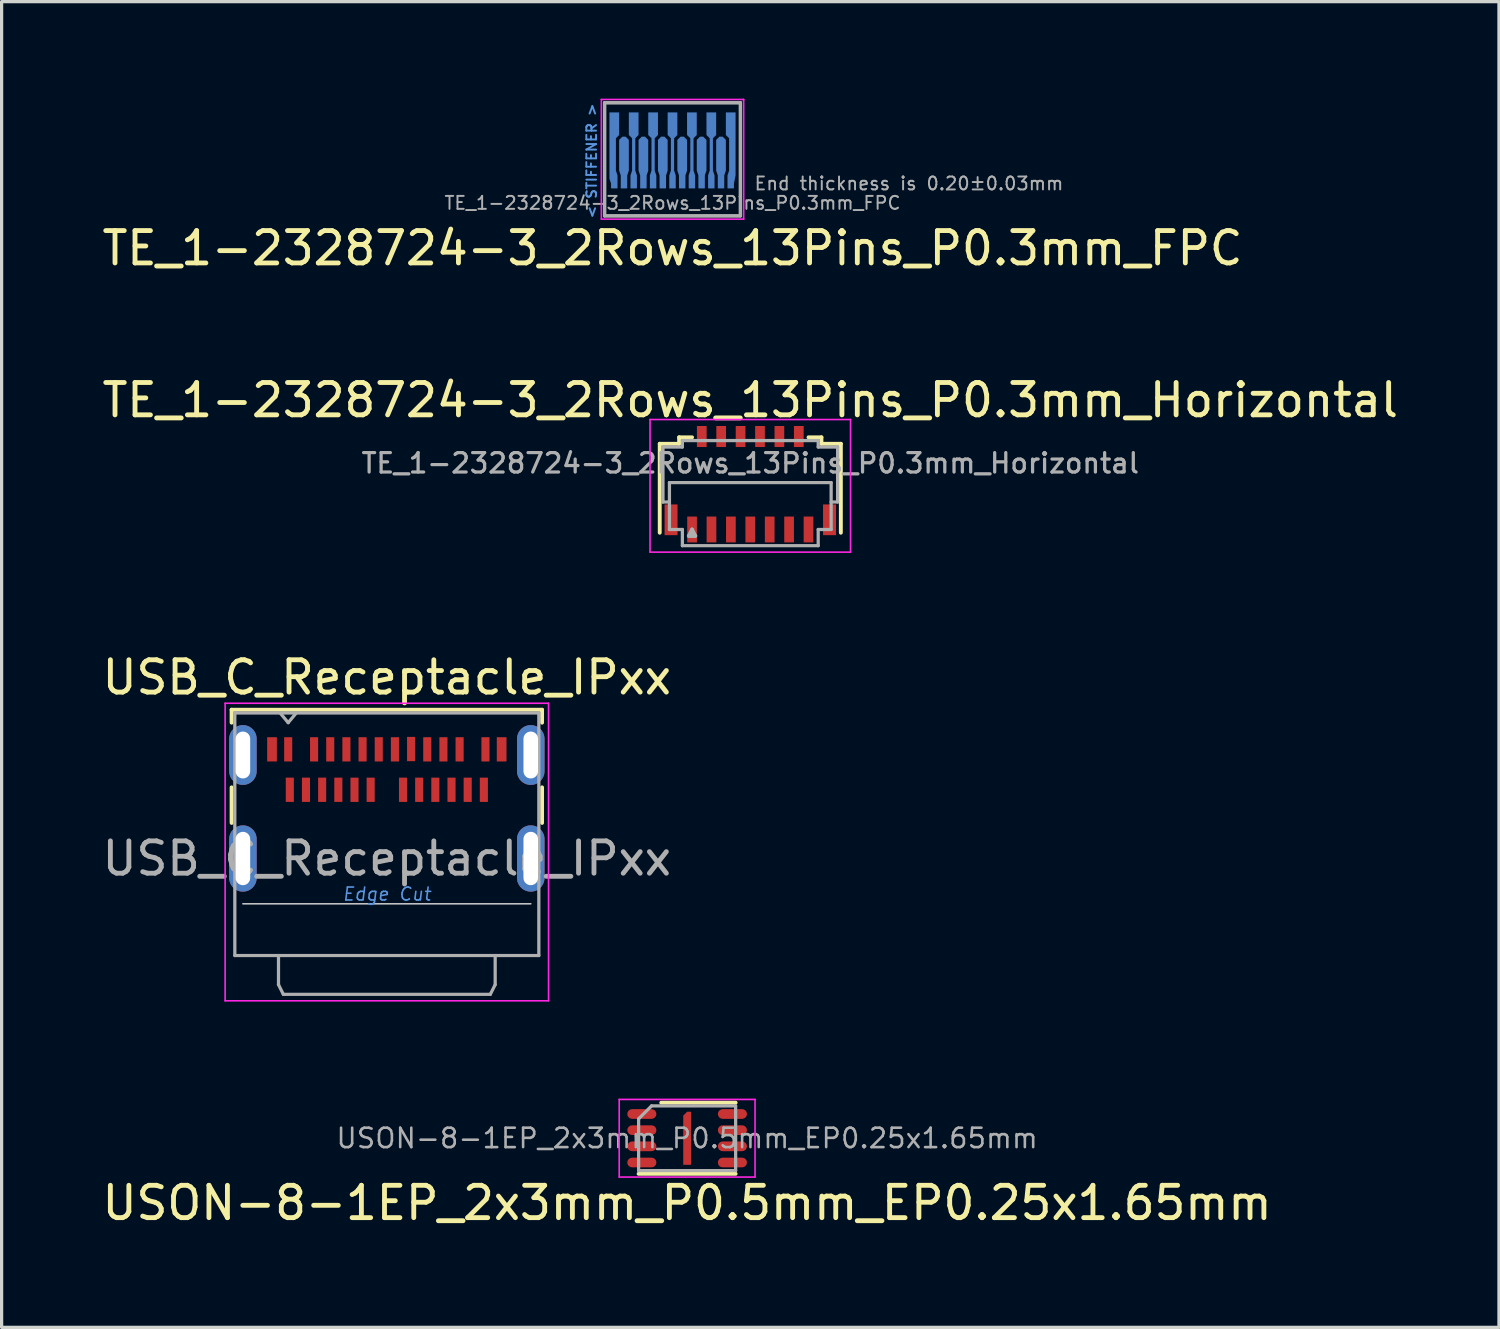
<source format=kicad_pcb>
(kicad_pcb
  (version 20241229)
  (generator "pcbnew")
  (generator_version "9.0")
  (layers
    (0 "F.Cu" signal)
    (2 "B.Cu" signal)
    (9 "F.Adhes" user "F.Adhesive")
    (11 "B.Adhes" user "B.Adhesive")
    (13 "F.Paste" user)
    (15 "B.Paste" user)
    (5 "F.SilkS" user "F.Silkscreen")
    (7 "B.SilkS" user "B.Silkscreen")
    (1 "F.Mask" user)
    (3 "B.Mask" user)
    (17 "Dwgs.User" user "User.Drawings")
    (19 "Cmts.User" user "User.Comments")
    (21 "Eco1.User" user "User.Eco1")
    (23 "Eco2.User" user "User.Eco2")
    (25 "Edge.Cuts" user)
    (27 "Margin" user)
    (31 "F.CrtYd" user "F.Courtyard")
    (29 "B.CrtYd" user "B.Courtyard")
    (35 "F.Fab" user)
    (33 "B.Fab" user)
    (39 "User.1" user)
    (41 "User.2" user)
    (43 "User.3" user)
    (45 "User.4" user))
  (footprint "USON-8-1EP_2x3mm_P0.5mm_EP0.25x1.65mm"
    (layer "F.Cu")
    (at 18.196 32.145)
    (property "Reference" "USON-8-1EP_2x3mm_P0.5mm_EP0.25x1.65mm" (at 0 2 0) (layer "F.SilkS") (effects (font (size 1 1) (thickness 0.15))))
    (attr smd)
    (fp_line (start -1.5 1.1) (end 1.5 1.1) (stroke (width 0.12) (type solid)) (layer "F.SilkS"))
    (fp_line (start 1.5 -1.1) (end -0.8 -1.1) (stroke (width 0.12) (type solid)) (layer "F.SilkS"))
    (fp_line (start -2.1 -1.2) (end 2.1 -1.2) (stroke (width 0.05) (type solid)) (layer "F.CrtYd"))
    (fp_line (start -2.1 1.2) (end -2.1 -1.2) (stroke (width 0.05) (type solid)) (layer "F.CrtYd"))
    (fp_line (start 2.1 -1.2) (end 2.1 1.2) (stroke (width 0.05) (type solid)) (layer "F.CrtYd"))
    (fp_line (start 2.1 1.2) (end -2.1 1.2) (stroke (width 0.05) (type solid)) (layer "F.CrtYd"))
    (fp_line (start -1.5 -0.6) (end -1.5 1) (stroke (width 0.1) (type solid)) (layer "F.Fab"))
    (fp_line (start -1.5 -0.6) (end -1.1 -1) (stroke (width 0.1) (type solid)) (layer "F.Fab"))
    (fp_line (start -1.5 1) (end 1.5 1) (stroke (width 0.1) (type solid)) (layer "F.Fab"))
    (fp_line (start 1.5 -1) (end -1.1 -1) (stroke (width 0.1) (type solid)) (layer "F.Fab"))
    (fp_line (start 1.5 1) (end 1.5 -1) (stroke (width 0.1) (type solid)) (layer "F.Fab"))
    (fp_text user "${REFERENCE}" (at 0 0 0) (layer "F.Fab") (effects (font (size 0.6 0.6) (thickness 0.08))))
    (pad "1" smd roundrect (at -1.4 -0.75) (size 0.9 0.3) (layers "F.Cu" "F.Mask" "F.Paste") (roundrect_rratio 0.5))
    (pad "2" smd roundrect (at -1.4 -0.25) (size 0.9 0.3) (layers "F.Cu" "F.Mask" "F.Paste") (roundrect_rratio 0.5))
    (pad "3" smd roundrect (at -1.4 0.25) (size 0.9 0.3) (layers "F.Cu" "F.Mask" "F.Paste") (roundrect_rratio 0.5))
    (pad "4" smd roundrect (at -1.4 0.75) (size 0.9 0.3) (layers "F.Cu" "F.Mask" "F.Paste") (roundrect_rratio 0.5))
    (pad "5" smd roundrect (at 1.4 0.75) (size 0.9 0.3) (layers "F.Cu" "F.Mask" "F.Paste") (roundrect_rratio 0.5))
    (pad "6" smd roundrect (at 1.4 0.25) (size 0.9 0.3) (layers "F.Cu" "F.Mask" "F.Paste") (roundrect_rratio 0.5))
    (pad "7" smd roundrect (at 1.4 -0.25) (size 0.9 0.3) (layers "F.Cu" "F.Mask" "F.Paste") (roundrect_rratio 0.5))
    (pad "8" smd roundrect (at 1.4 -0.75) (size 0.9 0.3) (layers "F.Cu" "F.Mask" "F.Paste") (roundrect_rratio 0.5))
    (pad "EP" smd custom (at 0 0) (size 0.24 1.4) (layers "F.Cu" "F.Mask" "F.Paste") (options (anchor rect)) (primitives (gr_poly (pts (xy -0.12 0.82) (xy 0.12 0.82) (xy 0.12 -0.82) (xy 0 -0.82) (xy -0.12 -0.7)) (width 0) (fill yes)))))
  (footprint "TE_1-2328724-3_2Rows_13Pins_P0.3mm_FPC"
    (layer "F.Cu")
    (at 17.744 2.625)
    (property "Reference" "TE_1-2328724-3_2Rows_13Pins_P0.3mm_FPC" (at 0 2 0) (layer "F.SilkS") (effects (font (size 1 1) (thickness 0.15))))
    (attr exclude_from_pos_files exclude_from_bom)
    (fp_poly (pts (xy 2.1 0) (xy -2.1 0) (xy -2.1 -2.5) (xy 2.1 -2.5)) (stroke (width 0) (type solid)) (fill yes) (layer "B.Mask"))
    (fp_line (start -2.2 -2.6) (end -2.2 1.1) (stroke (width 0.05) (type solid)) (layer "F.CrtYd"))
    (fp_line (start -2.2 1.1) (end 2.2 1.1) (stroke (width 0.05) (type solid)) (layer "F.CrtYd"))
    (fp_line (start 2.2 -2.6) (end -2.2 -2.6) (stroke (width 0.05) (type solid)) (layer "F.CrtYd"))
    (fp_line (start 2.2 1.1) (end 2.2 -2.6) (stroke (width 0.05) (type solid)) (layer "F.CrtYd"))
    (fp_line (start -2.1 -2.5) (end 2.1 -2.5) (stroke (width 0.1) (type solid)) (layer "F.Fab"))
    (fp_line (start -2.1 1) (end -2.1 -2.5) (stroke (width 0.1) (type solid)) (layer "F.Fab"))
    (fp_line (start 2.1 -2.5) (end 2.1 1) (stroke (width 0.1) (type solid)) (layer "F.Fab"))
    (fp_line (start 2.1 1) (end -2.1 1) (stroke (width 0.1) (type solid)) (layer "F.Fab"))
    (fp_poly (pts (xy 2.1 1) (xy -2.1 1) (xy -2.1 -2.5) (xy 2.1 -2.5)) (stroke (width 0.1) (type solid)) (fill no) (layer "F.Fab"))
    (fp_text user "< STIFFENER >" (at -2.5 -0.7 90) (layer "Cmts.User") (effects (font (size 0.3 0.3) (thickness 0.06))))
    (fp_text user "${REFERENCE}" (at 0 0.6 0) (layer "F.Fab") (effects (font (size 0.4 0.4) (thickness 0.06))))
    (fp_text user "End thickness is 0.20±0.03mm" (at 2.5 0 0) (layer "F.Fab") (effects (font (size 0.4 0.4) (thickness 0.06)) (justify left)))
    (pad "1" smd custom (at -1.8 0) (size 0.2 0.3) (layers "B.Cu") (options (anchor rect)) (primitives (gr_poly (pts (xy 0.1 0) (xy 0.1 -0.25) (xy 0.05 -0.4) (xy 0.05 -1.4) (xy 0.15 -1.5) (xy 0.15 -2.2) (xy -0.15 -2.2) (xy -0.15 -0.15) (xy -0.1 0)) (width 0) (fill yes))))
    (pad "2" smd custom (at -1.5 0) (size 0.2 0.3) (layers "B.Cu") (options (anchor rect)) (primitives (gr_poly (pts (xy 0.1 0) (xy 0.1 -0.25) (xy 0.15 -0.4) (xy 0.15 -1.35) (xy 0.05 -1.45) (xy -0.05 -1.45) (xy -0.15 -1.35) (xy -0.15 -0.4) (xy -0.1 -0.25) (xy -0.1 0)) (width 0) (fill yes))))
    (pad "3" smd custom (at -1.2 0) (size 0.2 0.3) (layers "B.Cu") (options (anchor rect)) (primitives (gr_poly (pts (xy 0.1 0) (xy 0.1 -0.25) (xy 0.05 -0.4) (xy 0.05 -1.4) (xy 0.15 -1.5) (xy 0.15 -2.2) (xy -0.15 -2.2) (xy -0.15 -1.5) (xy -0.05 -1.4) (xy -0.05 -0.4) (xy -0.1 -0.25) (xy -0.1 0)) (width 0) (fill yes))))
    (pad "4" smd custom (at -0.9 0) (size 0.2 0.3) (layers "B.Cu") (options (anchor rect)) (primitives (gr_poly (pts (xy 0.1 0) (xy 0.1 -0.25) (xy 0.15 -0.4) (xy 0.15 -1.35) (xy 0.05 -1.45) (xy -0.05 -1.45) (xy -0.15 -1.35) (xy -0.15 -0.4) (xy -0.1 -0.25) (xy -0.1 0)) (width 0) (fill yes))))
    (pad "5" smd custom (at -0.6 0) (size 0.2 0.3) (layers "B.Cu") (options (anchor rect)) (primitives (gr_poly (pts (xy 0.1 0) (xy 0.1 -0.25) (xy 0.05 -0.4) (xy 0.05 -1.4) (xy 0.15 -1.5) (xy 0.15 -2.2) (xy -0.15 -2.2) (xy -0.15 -1.5) (xy -0.05 -1.4) (xy -0.05 -0.4) (xy -0.1 -0.25) (xy -0.1 0)) (width 0) (fill yes))))
    (pad "6" smd custom (at -0.3 0) (size 0.2 0.3) (layers "B.Cu") (options (anchor rect)) (primitives (gr_poly (pts (xy 0.1 0) (xy 0.1 -0.25) (xy 0.15 -0.4) (xy 0.15 -1.35) (xy 0.05 -1.45) (xy -0.05 -1.45) (xy -0.15 -1.35) (xy -0.15 -0.4) (xy -0.1 -0.25) (xy -0.1 0)) (width 0) (fill yes))))
    (pad "7" smd custom (at 0 0) (size 0.2 0.3) (layers "B.Cu") (options (anchor rect)) (primitives (gr_poly (pts (xy 0.1 0) (xy 0.1 -0.25) (xy 0.05 -0.4) (xy 0.05 -1.4) (xy 0.15 -1.5) (xy 0.15 -2.2) (xy -0.15 -2.2) (xy -0.15 -1.5) (xy -0.05 -1.4) (xy -0.05 -0.4) (xy -0.1 -0.25) (xy -0.1 0)) (width 0) (fill yes))))
    (pad "8" smd custom (at 0.3 0) (size 0.2 0.3) (layers "B.Cu") (options (anchor rect)) (primitives (gr_poly (pts (xy 0.1 0) (xy 0.1 -0.25) (xy 0.15 -0.4) (xy 0.15 -1.35) (xy 0.05 -1.45) (xy -0.05 -1.45) (xy -0.15 -1.35) (xy -0.15 -0.4) (xy -0.1 -0.25) (xy -0.1 0)) (width 0) (fill yes))))
    (pad "9" smd custom (at 0.6 0) (size 0.2 0.3) (layers "B.Cu") (options (anchor rect)) (primitives (gr_poly (pts (xy 0.1 0) (xy 0.1 -0.25) (xy 0.05 -0.4) (xy 0.05 -1.4) (xy 0.15 -1.5) (xy 0.15 -2.2) (xy -0.15 -2.2) (xy -0.15 -1.5) (xy -0.05 -1.4) (xy -0.05 -0.4) (xy -0.1 -0.25) (xy -0.1 0)) (width 0) (fill yes))))
    (pad "10" smd custom (at 0.9 0) (size 0.2 0.3) (layers "B.Cu") (options (anchor rect)) (primitives (gr_poly (pts (xy 0.1 0) (xy 0.1 -0.25) (xy 0.15 -0.4) (xy 0.15 -1.35) (xy 0.05 -1.45) (xy -0.05 -1.45) (xy -0.15 -1.35) (xy -0.15 -0.4) (xy -0.1 -0.25) (xy -0.1 0)) (width 0) (fill yes))))
    (pad "11" smd custom (at 1.2 0) (size 0.2 0.3) (layers "B.Cu") (options (anchor rect)) (primitives (gr_poly (pts (xy 0.1 0) (xy 0.1 -0.25) (xy 0.05 -0.4) (xy 0.05 -1.4) (xy 0.15 -1.5) (xy 0.15 -2.2) (xy -0.15 -2.2) (xy -0.15 -1.5) (xy -0.05 -1.4) (xy -0.05 -0.4) (xy -0.1 -0.25) (xy -0.1 0)) (width 0) (fill yes))))
    (pad "12" smd custom (at 1.5 0) (size 0.2 0.3) (layers "B.Cu") (options (anchor rect)) (primitives (gr_poly (pts (xy 0.1 0) (xy 0.1 -0.25) (xy 0.15 -0.4) (xy 0.15 -1.35) (xy 0.05 -1.45) (xy -0.05 -1.45) (xy -0.15 -1.35) (xy -0.15 -0.4) (xy -0.1 -0.25) (xy -0.1 0)) (width 0) (fill yes))))
    (pad "13" smd custom (at 1.8 0) (size 0.2 0.3) (layers "B.Cu") (options (anchor rect)) (primitives (gr_poly (pts (xy 0.1 0) (xy 0.15 -0.25) (xy 0.15 -2.2) (xy -0.15 -2.2) (xy -0.15 -1.5) (xy -0.05 -1.4) (xy -0.05 -0.4) (xy -0.1 -0.25) (xy -0.1 0)) (width 0) (fill yes)))))
  (footprint "TE_1-2328724-3_2Rows_13Pins_P0.3mm_Horizontal"
    (layer "F.Cu")
    (at 20.149 11.222)
    (property "Reference" "TE_1-2328724-3_2Rows_13Pins_P0.3mm_Horizontal" (at 0 -1.9 0) (layer "F.SilkS") (effects (font (size 1 1) (thickness 0.15))))
    (attr smd)
    (fp_line (start -2.8 2.2) (end -2.8 -0.55) (stroke (width 0.12) (type solid)) (layer "F.SilkS"))
    (fp_line (start -2.2 -0.75) (end -2.2 -0.55) (stroke (width 0.12) (type solid)) (layer "F.SilkS"))
    (fp_line (start -2.2 -0.75) (end -1.8 -0.75) (stroke (width 0.12) (type solid)) (layer "F.SilkS"))
    (fp_line (start -2.2 -0.55) (end -2.8 -0.55) (stroke (width 0.12) (type solid)) (layer "F.SilkS"))
    (fp_line (start 1.8 -0.75) (end 2.2 -0.75) (stroke (width 0.12) (type solid)) (layer "F.SilkS"))
    (fp_line (start 2.2 -0.75) (end 2.2 -0.55) (stroke (width 0.12) (type solid)) (layer "F.SilkS"))
    (fp_line (start 2.8 -0.55) (end 2.2 -0.55) (stroke (width 0.12) (type solid)) (layer "F.SilkS"))
    (fp_line (start 2.8 2.2) (end 2.8 -0.55) (stroke (width 0.12) (type solid)) (layer "F.SilkS"))
    (fp_line (start -3.1 -1.3) (end 3.1 -1.3) (stroke (width 0.05) (type solid)) (layer "F.CrtYd"))
    (fp_line (start -3.1 2.8) (end -3.1 -1.3) (stroke (width 0.05) (type solid)) (layer "F.CrtYd"))
    (fp_line (start 3.1 -1.3) (end 3.1 2.8) (stroke (width 0.05) (type solid)) (layer "F.CrtYd"))
    (fp_line (start 3.1 2.8) (end -3.1 2.8) (stroke (width 0.05) (type solid)) (layer "F.CrtYd"))
    (fp_line (start -2.7 -0.45) (end -2.7 1.25) (stroke (width 0.1) (type solid)) (layer "F.Fab"))
    (fp_line (start -2.7 -0.45) (end -2.1 -0.45) (stroke (width 0.1) (type solid)) (layer "F.Fab"))
    (fp_line (start -2.7 1.25) (end -2.5 1.25) (stroke (width 0.1) (type solid)) (layer "F.Fab"))
    (fp_line (start -2.5 0.65) (end -2.5 2.1) (stroke (width 0.1) (type solid)) (layer "F.Fab"))
    (fp_line (start -2.5 0.65) (end 2.5 0.65) (stroke (width 0.1) (type solid)) (layer "F.Fab"))
    (fp_line (start -2.5 2.1) (end -2.1 2.1) (stroke (width 0.1) (type solid)) (layer "F.Fab"))
    (fp_line (start -2.1 -0.65) (end 2.1 -0.65) (stroke (width 0.1) (type solid)) (layer "F.Fab"))
    (fp_line (start -2.1 -0.45) (end -2.1 -0.65) (stroke (width 0.1) (type solid)) (layer "F.Fab"))
    (fp_line (start -2.1 2.1) (end -2.1 2.6) (stroke (width 0.1) (type solid)) (layer "F.Fab"))
    (fp_line (start -2.1 2.6) (end 2.1 2.6) (stroke (width 0.1) (type solid)) (layer "F.Fab"))
    (fp_line (start -1.9 2.3) (end -1.7 2.3) (stroke (width 0.12) (type solid)) (layer "F.Fab"))
    (fp_line (start -1.8 2.1) (end -1.9 2.3) (stroke (width 0.12) (type solid)) (layer "F.Fab"))
    (fp_line (start -1.7 2.3) (end -1.8 2.1) (stroke (width 0.12) (type solid)) (layer "F.Fab"))
    (fp_line (start 2.1 -0.45) (end 2.1 -0.65) (stroke (width 0.1) (type solid)) (layer "F.Fab"))
    (fp_line (start 2.1 2.1) (end 2.5 2.1) (stroke (width 0.1) (type solid)) (layer "F.Fab"))
    (fp_line (start 2.1 2.6) (end 2.1 2.1) (stroke (width 0.1) (type solid)) (layer "F.Fab"))
    (fp_line (start 2.5 1.25) (end 2.7 1.25) (stroke (width 0.1) (type solid)) (layer "F.Fab"))
    (fp_line (start 2.5 2.1) (end 2.5 0.65) (stroke (width 0.1) (type solid)) (layer "F.Fab"))
    (fp_line (start 2.7 -0.45) (end 2.1 -0.45) (stroke (width 0.1) (type solid)) (layer "F.Fab"))
    (fp_line (start 2.7 1.25) (end 2.7 -0.45) (stroke (width 0.1) (type solid)) (layer "F.Fab"))
    (fp_text user "${REFERENCE}" (at 0 0.05 0) (layer "F.Fab") (effects (font (size 0.6 0.6) (thickness 0.1))))
    (pad "1" smd rect (at -1.8 2.1) (size 0.3 0.8) (layers "F.Cu" "F.Mask" "F.Paste"))
    (pad "2" smd rect (at -1.5 -0.775) (size 0.3 0.65) (layers "F.Cu" "F.Mask" "F.Paste"))
    (pad "3" smd rect (at -1.2 2.1) (size 0.3 0.8) (layers "F.Cu" "F.Mask" "F.Paste"))
    (pad "4" smd rect (at -0.9 -0.775) (size 0.3 0.65) (layers "F.Cu" "F.Mask" "F.Paste"))
    (pad "5" smd rect (at -0.6 2.1) (size 0.3 0.8) (layers "F.Cu" "F.Mask" "F.Paste"))
    (pad "6" smd rect (at -0.3 -0.775) (size 0.3 0.65) (layers "F.Cu" "F.Mask" "F.Paste"))
    (pad "7" smd rect (at 0 2.1) (size 0.3 0.8) (layers "F.Cu" "F.Mask" "F.Paste"))
    (pad "8" smd rect (at 0.3 -0.775) (size 0.3 0.65) (layers "F.Cu" "F.Mask" "F.Paste"))
    (pad "9" smd rect (at 0.6 2.1) (size 0.3 0.8) (layers "F.Cu" "F.Mask" "F.Paste"))
    (pad "10" smd rect (at 0.9 -0.775) (size 0.3 0.65) (layers "F.Cu" "F.Mask" "F.Paste"))
    (pad "11" smd rect (at 1.2 2.1) (size 0.3 0.8) (layers "F.Cu" "F.Mask" "F.Paste"))
    (pad "12" smd rect (at 1.5 -0.775) (size 0.3 0.65) (layers "F.Cu" "F.Mask" "F.Paste"))
    (pad "13" smd rect (at 1.8 2.1) (size 0.3 0.8) (layers "F.Cu" "F.Mask" "F.Paste"))
    (pad "MP" smd rect (at -2.45 1.8) (size 0.4 0.95) (layers "F.Cu" "F.Mask" "F.Paste"))
    (pad "MP" smd rect (at 2.45 1.8) (size 0.4 0.95) (layers "F.Cu" "F.Mask" "F.Paste")))
  (footprint "USB_C_Receptacle_IPxx"
    (layer "F.Cu")
    (at 8.911 23.495)
    (property "Reference" "USB_C_Receptacle_IPxx" (at 0 -5.6 0) (layer "F.SilkS") (effects (font (size 1 1) (thickness 0.15))))
    (attr smd)
    (fp_line (start -4.8 -4.6) (end 4.8 -4.6) (stroke (width 0.12) (type solid)) (layer "F.SilkS"))
    (fp_line (start -4.8 -4.2) (end -4.8 -4.6) (stroke (width 0.12) (type solid)) (layer "F.SilkS"))
    (fp_line (start -4.8 -1.1) (end -4.8 -2.2) (stroke (width 0.12) (type solid)) (layer "F.SilkS"))
    (fp_line (start 4.8 -4.6) (end 4.8 -4.2) (stroke (width 0.12) (type solid)) (layer "F.SilkS"))
    (fp_line (start 4.8 -2.2) (end 4.8 -1.1) (stroke (width 0.12) (type solid)) (layer "F.SilkS"))
    (fp_line (start -4.45 1.4) (end 4.45 1.4) (stroke (width 0.05) (type solid)) (layer "Dwgs.User"))
    (fp_line (start -5 -4.8) (end 5 -4.8) (stroke (width 0.05) (type solid)) (layer "F.CrtYd"))
    (fp_line (start -5 4.4) (end -5 -4.8) (stroke (width 0.05) (type solid)) (layer "F.CrtYd"))
    (fp_line (start 5 -4.8) (end 5 4.4) (stroke (width 0.05) (type solid)) (layer "F.CrtYd"))
    (fp_line (start 5 4.4) (end -5 4.4) (stroke (width 0.05) (type solid)) (layer "F.CrtYd"))
    (fp_line (start -4.7 -4.5) (end -4.7 3) (stroke (width 0.1) (type solid)) (layer "F.Fab"))
    (fp_line (start -4.7 -4.5) (end 4.7 -4.5) (stroke (width 0.1) (type solid)) (layer "F.Fab"))
    (fp_line (start -4.7 3) (end 4.7 3) (stroke (width 0.1) (type solid)) (layer "F.Fab"))
    (fp_line (start -3.35 3) (end -3.35 3.9) (stroke (width 0.1) (type solid)) (layer "F.Fab"))
    (fp_line (start -3.35 3.9) (end -3.2 4.2) (stroke (width 0.1) (type solid)) (layer "F.Fab"))
    (fp_line (start -3.2 4.2) (end 3.2 4.2) (stroke (width 0.1) (type solid)) (layer "F.Fab"))
    (fp_line (start -3.05 -4.2) (end -3.3 -4.5) (stroke (width 0.1) (type solid)) (layer "F.Fab"))
    (fp_line (start -3.05 -4.2) (end -2.8 -4.5) (stroke (width 0.1) (type solid)) (layer "F.Fab"))
    (fp_line (start 3.2 4.2) (end 3.35 3.9) (stroke (width 0.1) (type solid)) (layer "F.Fab"))
    (fp_line (start 3.35 3.9) (end 3.35 3) (stroke (width 0.1) (type solid)) (layer "F.Fab"))
    (fp_line (start 4.7 -4.5) (end 4.7 3) (stroke (width 0.1) (type solid)) (layer "F.Fab"))
    (fp_text user "Edge Cut" (at 0 1.1 0) (layer "Cmts.User") (effects (font (size 0.4 0.4) (thickness 0.05) (italic yes))))
    (fp_text user "${REFERENCE}" (at 0 0 0) (layer "F.Fab") (effects (font (size 1 1) (thickness 0.15))))
    (pad "A1" smd rect (at -3.05 -3.375) (size 0.25 0.75) (layers "F.Cu" "F.Mask" "F.Paste"))
    (pad "A2" smd rect (at -2.25 -3.375) (size 0.25 0.75) (layers "F.Cu" "F.Mask" "F.Paste"))
    (pad "A3" smd rect (at -1.75 -3.375) (size 0.25 0.75) (layers "F.Cu" "F.Mask" "F.Paste"))
    (pad "A4" smd rect (at -1.25 -3.375) (size 0.25 0.75) (layers "F.Cu" "F.Mask" "F.Paste"))
    (pad "A5" smd rect (at -0.75 -3.375) (size 0.25 0.75) (layers "F.Cu" "F.Mask" "F.Paste"))
    (pad "A6" smd rect (at -0.25 -3.375) (size 0.25 0.75) (layers "F.Cu" "F.Mask" "F.Paste"))
    (pad "A7" smd rect (at 0.25 -3.375) (size 0.25 0.75) (layers "F.Cu" "F.Mask" "F.Paste"))
    (pad "A8" smd rect (at 0.75 -3.385) (size 0.25 0.75) (layers "F.Cu" "F.Mask" "F.Paste"))
    (pad "A9" smd rect (at 1.25 -3.375) (size 0.25 0.75) (layers "F.Cu" "F.Mask" "F.Paste"))
    (pad "A10" smd rect (at 1.75 -3.375) (size 0.25 0.75) (layers "F.Cu" "F.Mask" "F.Paste"))
    (pad "A11" smd rect (at 2.25 -3.375) (size 0.25 0.75) (layers "F.Cu" "F.Mask" "F.Paste"))
    (pad "A12" smd rect (at 3.05 -3.375) (size 0.25 0.75) (layers "F.Cu" "F.Mask" "F.Paste"))
    (pad "B1" smd rect (at 3 -2.125) (size 0.25 0.75) (layers "F.Cu" "F.Mask" "F.Paste"))
    (pad "B2" smd rect (at 2.5 -2.125) (size 0.25 0.75) (layers "F.Cu" "F.Mask" "F.Paste"))
    (pad "B3" smd rect (at 2 -2.125) (size 0.25 0.75) (layers "F.Cu" "F.Mask" "F.Paste"))
    (pad "B4" smd rect (at 1.5 -2.125) (size 0.25 0.75) (layers "F.Cu" "F.Mask" "F.Paste"))
    (pad "B5" smd rect (at 1 -2.125) (size 0.25 0.75) (layers "F.Cu" "F.Mask" "F.Paste"))
    (pad "B6" smd rect (at 0.5 -2.125) (size 0.25 0.75) (layers "F.Cu" "F.Mask" "F.Paste"))
    (pad "B7" smd rect (at -0.5 -2.125) (size 0.25 0.75) (layers "F.Cu" "F.Mask" "F.Paste"))
    (pad "B8" smd rect (at -1 -2.125) (size 0.25 0.75) (layers "F.Cu" "F.Mask" "F.Paste"))
    (pad "B9" smd rect (at -1.5 -2.125) (size 0.25 0.75) (layers "F.Cu" "F.Mask" "F.Paste"))
    (pad "B10" smd rect (at -2 -2.125) (size 0.25 0.75) (layers "F.Cu" "F.Mask" "F.Paste"))
    (pad "B11" smd rect (at -2.5 -2.125) (size 0.25 0.75) (layers "F.Cu" "F.Mask" "F.Paste"))
    (pad "B12" smd rect (at -3 -2.125) (size 0.25 0.75) (layers "F.Cu" "F.Mask" "F.Paste"))
    (pad "MP" smd rect (at -3.55 -3.375) (size 0.3 0.75) (layers "F.Cu" "F.Mask" "F.Paste"))
    (pad "MP" smd rect (at 3.55 -3.375) (size 0.3 0.75) (layers "F.Cu" "F.Mask" "F.Paste"))
    (pad "S1" thru_hole oval (at -4.45 -3.2) (size 0.85 1.85) (drill oval 0.45 1.45) (layers "*.Cu" "*.Mask"))
    (pad "S1" thru_hole oval (at -4.45 0) (size 0.85 2.05) (drill oval 0.45 1.65) (layers "*.Cu" "*.Mask"))
    (pad "S1" thru_hole oval (at 4.45 -3.2) (size 0.85 1.85) (drill oval 0.45 1.45) (layers "*.Cu" "*.Mask"))
    (pad "S1" thru_hole oval (at 4.45 0) (size 0.85 2.05) (drill oval 0.45 1.65) (layers "*.Cu" "*.Mask")))
  (gr_rect
    (start -3 -3)
    (end 43.298 37.993)
    (stroke (width 0.1) (type default))
    (fill no)
    (layer "Edge.Cuts")))
</source>
